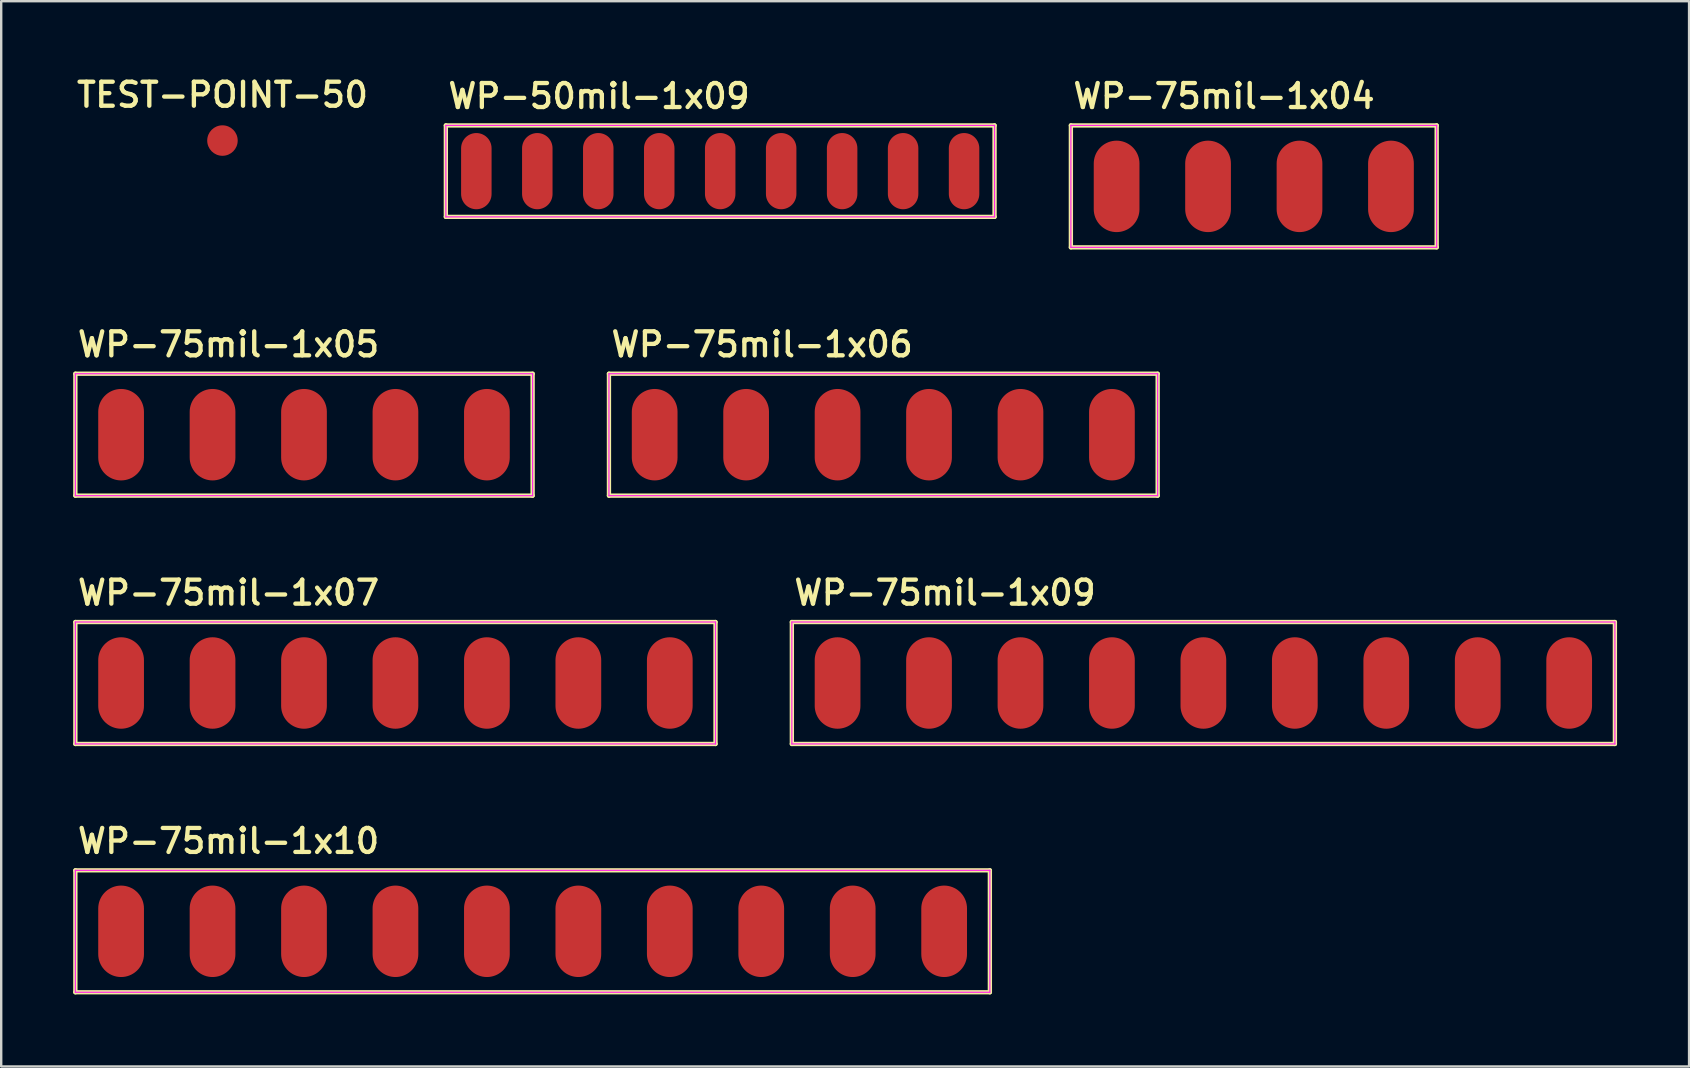
<source format=kicad_pcb>
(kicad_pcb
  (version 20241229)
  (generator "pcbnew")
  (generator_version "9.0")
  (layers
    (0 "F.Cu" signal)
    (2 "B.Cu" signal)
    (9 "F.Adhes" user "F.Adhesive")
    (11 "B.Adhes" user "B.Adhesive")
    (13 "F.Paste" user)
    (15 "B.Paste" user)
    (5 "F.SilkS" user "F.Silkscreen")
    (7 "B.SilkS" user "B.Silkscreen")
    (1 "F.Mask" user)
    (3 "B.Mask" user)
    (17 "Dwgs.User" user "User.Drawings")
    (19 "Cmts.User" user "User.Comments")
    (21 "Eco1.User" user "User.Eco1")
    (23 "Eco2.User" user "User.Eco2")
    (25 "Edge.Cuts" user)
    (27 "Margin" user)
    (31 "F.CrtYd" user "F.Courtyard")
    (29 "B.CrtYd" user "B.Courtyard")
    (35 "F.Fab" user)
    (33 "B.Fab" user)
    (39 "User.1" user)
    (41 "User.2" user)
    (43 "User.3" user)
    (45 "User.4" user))
  (footprint "WP-50mil-1x09"
    (layer "F.Cu")
    (at 26.955 4.08)
    (property "Reference" "WP-50mil-1x09" (at -11.43 -2.54 0) (layer "F.SilkS") (effects (font (size 1 1) (thickness 0.18)) (justify left bottom)))
    (attr exclude_from_pos_files exclude_from_bom)
    (fp_line (start -11.43 -1.905) (end 11.43 -1.905) (stroke (width 0.18) (type solid)) (layer "F.SilkS"))
    (fp_line (start -11.43 1.905) (end -11.43 -1.905) (stroke (width 0.18) (type solid)) (layer "F.SilkS"))
    (fp_line (start 11.43 -1.905) (end 11.43 1.905) (stroke (width 0.18) (type solid)) (layer "F.SilkS"))
    (fp_line (start 11.43 1.905) (end -11.43 1.905) (stroke (width 0.18) (type solid)) (layer "F.SilkS"))
    (fp_line (start -11.43 -1.905) (end 11.43 -1.905) (stroke (width 0.05) (type solid)) (layer "F.CrtYd"))
    (fp_line (start -11.43 1.905) (end -11.43 -1.905) (stroke (width 0.05) (type solid)) (layer "F.CrtYd"))
    (fp_line (start 11.43 -1.905) (end 11.43 1.905) (stroke (width 0.05) (type solid)) (layer "F.CrtYd"))
    (fp_line (start 11.43 1.905) (end -11.43 1.905) (stroke (width 0.05) (type solid)) (layer "F.CrtYd"))
    (pad "1" smd oval (at -10.16 0) (size 1.27 3.175) (layers "F.Cu" "F.Mask" "F.Paste"))
    (pad "2" smd oval (at -7.62 0) (size 1.27 3.175) (layers "F.Cu" "F.Mask" "F.Paste"))
    (pad "3" smd oval (at -5.08 0) (size 1.27 3.175) (layers "F.Cu" "F.Mask" "F.Paste"))
    (pad "4" smd oval (at -2.54 0) (size 1.27 3.175) (layers "F.Cu" "F.Mask" "F.Paste"))
    (pad "5" smd oval (at 0 0) (size 1.27 3.175) (layers "F.Cu" "F.Mask" "F.Paste"))
    (pad "6" smd oval (at 2.54 0) (size 1.27 3.175) (layers "F.Cu" "F.Mask" "F.Paste"))
    (pad "7" smd oval (at 5.08 0) (size 1.27 3.175) (layers "F.Cu" "F.Mask" "F.Paste"))
    (pad "8" smd oval (at 7.62 0) (size 1.27 3.175) (layers "F.Cu" "F.Mask" "F.Paste"))
    (pad "9" smd oval (at 10.16 0) (size 1.27 3.175) (layers "F.Cu" "F.Mask" "F.Paste")))
  (footprint "WP-75mil-1x10"
    (layer "F.Cu")
    (at 19.14 35.75)
    (property "Reference" "WP-75mil-1x10" (at -19.05 -3.175 0) (layer "F.SilkS") (effects (font (size 1 1) (thickness 0.18)) (justify left bottom)))
    (attr exclude_from_pos_files exclude_from_bom)
    (fp_line (start -19.05 -2.54) (end 19.05 -2.54) (stroke (width 0.18) (type solid)) (layer "F.SilkS"))
    (fp_line (start -19.05 2.54) (end -19.05 -2.54) (stroke (width 0.18) (type solid)) (layer "F.SilkS"))
    (fp_line (start 19.05 -2.54) (end 19.05 2.54) (stroke (width 0.18) (type solid)) (layer "F.SilkS"))
    (fp_line (start 19.05 2.54) (end -19.05 2.54) (stroke (width 0.18) (type solid)) (layer "F.SilkS"))
    (fp_line (start -19.05 -2.54) (end 19.05 -2.54) (stroke (width 0.05) (type solid)) (layer "F.CrtYd"))
    (fp_line (start -19.05 2.54) (end -19.05 -2.54) (stroke (width 0.05) (type solid)) (layer "F.CrtYd"))
    (fp_line (start 19.05 -2.54) (end 19.05 2.54) (stroke (width 0.05) (type solid)) (layer "F.CrtYd"))
    (fp_line (start 19.05 2.54) (end -19.05 2.54) (stroke (width 0.05) (type solid)) (layer "F.CrtYd"))
    (pad "1" smd oval (at -17.145 0) (size 1.905 3.81) (layers "F.Cu" "F.Mask" "F.Paste"))
    (pad "2" smd oval (at -13.335 0) (size 1.905 3.81) (layers "F.Cu" "F.Mask" "F.Paste"))
    (pad "3" smd oval (at -9.525 0) (size 1.905 3.81) (layers "F.Cu" "F.Mask" "F.Paste"))
    (pad "4" smd oval (at -5.715 0) (size 1.905 3.81) (layers "F.Cu" "F.Mask" "F.Paste"))
    (pad "5" smd oval (at -1.905 0) (size 1.905 3.81) (layers "F.Cu" "F.Mask" "F.Paste"))
    (pad "6" smd oval (at 1.905 0) (size 1.905 3.81) (layers "F.Cu" "F.Mask" "F.Paste"))
    (pad "7" smd oval (at 5.715 0) (size 1.905 3.81) (layers "F.Cu" "F.Mask" "F.Paste"))
    (pad "8" smd oval (at 9.525 0) (size 1.905 3.81) (layers "F.Cu" "F.Mask" "F.Paste"))
    (pad "9" smd oval (at 13.335 0) (size 1.905 3.81) (layers "F.Cu" "F.Mask" "F.Paste"))
    (pad "10" smd oval (at 17.145 0) (size 1.905 3.81) (layers "F.Cu" "F.Mask" "F.Paste")))
  (footprint "WP-75mil-1x07"
    (layer "F.Cu")
    (at 13.425 25.405)
    (property "Reference" "WP-75mil-1x07" (at -13.335 -3.175 0) (layer "F.SilkS") (effects (font (size 1 1) (thickness 0.18)) (justify left bottom)))
    (attr exclude_from_pos_files exclude_from_bom)
    (fp_line (start -13.335 -2.54) (end 13.335 -2.54) (stroke (width 0.18) (type solid)) (layer "F.SilkS"))
    (fp_line (start -13.335 2.54) (end -13.335 -2.54) (stroke (width 0.18) (type solid)) (layer "F.SilkS"))
    (fp_line (start 13.335 -2.54) (end 13.335 2.54) (stroke (width 0.18) (type solid)) (layer "F.SilkS"))
    (fp_line (start 13.335 2.54) (end -13.335 2.54) (stroke (width 0.18) (type solid)) (layer "F.SilkS"))
    (fp_line (start -13.335 -2.54) (end 13.335 -2.54) (stroke (width 0.05) (type solid)) (layer "F.CrtYd"))
    (fp_line (start -13.335 2.54) (end -13.335 -2.54) (stroke (width 0.05) (type solid)) (layer "F.CrtYd"))
    (fp_line (start 13.335 -2.54) (end 13.335 2.54) (stroke (width 0.05) (type solid)) (layer "F.CrtYd"))
    (fp_line (start 13.335 2.54) (end -13.335 2.54) (stroke (width 0.05) (type solid)) (layer "F.CrtYd"))
    (pad "1" smd oval (at -11.43 0) (size 1.905 3.81) (layers "F.Cu" "F.Mask" "F.Paste"))
    (pad "2" smd oval (at -7.62 0) (size 1.905 3.81) (layers "F.Cu" "F.Mask" "F.Paste"))
    (pad "3" smd oval (at -3.81 0) (size 1.905 3.81) (layers "F.Cu" "F.Mask" "F.Paste"))
    (pad "4" smd oval (at 0 0) (size 1.905 3.81) (layers "F.Cu" "F.Mask" "F.Paste"))
    (pad "5" smd oval (at 3.81 0) (size 1.905 3.81) (layers "F.Cu" "F.Mask" "F.Paste"))
    (pad "6" smd oval (at 7.62 0) (size 1.905 3.81) (layers "F.Cu" "F.Mask" "F.Paste"))
    (pad "7" smd oval (at 11.43 0) (size 1.905 3.81) (layers "F.Cu" "F.Mask" "F.Paste")))
  (footprint "WP-75mil-1x04"
    (layer "F.Cu")
    (at 49.185 4.715)
    (property "Reference" "WP-75mil-1x04" (at -7.62 -3.175 0) (layer "F.SilkS") (effects (font (size 1 1) (thickness 0.18)) (justify left bottom)))
    (attr exclude_from_pos_files exclude_from_bom)
    (fp_line (start -7.62 -2.54) (end 7.62 -2.54) (stroke (width 0.18) (type solid)) (layer "F.SilkS"))
    (fp_line (start -7.62 2.54) (end -7.62 -2.54) (stroke (width 0.18) (type solid)) (layer "F.SilkS"))
    (fp_line (start 7.62 -2.54) (end 7.62 2.54) (stroke (width 0.18) (type solid)) (layer "F.SilkS"))
    (fp_line (start 7.62 2.54) (end -7.62 2.54) (stroke (width 0.18) (type solid)) (layer "F.SilkS"))
    (fp_line (start -7.62 -2.54) (end 7.62 -2.54) (stroke (width 0.05) (type solid)) (layer "F.CrtYd"))
    (fp_line (start -7.62 2.54) (end -7.62 -2.54) (stroke (width 0.05) (type solid)) (layer "F.CrtYd"))
    (fp_line (start 7.62 -2.54) (end 7.62 2.54) (stroke (width 0.05) (type solid)) (layer "F.CrtYd"))
    (fp_line (start 7.62 2.54) (end -7.62 2.54) (stroke (width 0.05) (type solid)) (layer "F.CrtYd"))
    (pad "1" smd oval (at -5.715 0) (size 1.905 3.81) (layers "F.Cu" "F.Mask" "F.Paste"))
    (pad "2" smd oval (at -1.905 0) (size 1.905 3.81) (layers "F.Cu" "F.Mask" "F.Paste"))
    (pad "3" smd oval (at 1.905 0) (size 1.905 3.81) (layers "F.Cu" "F.Mask" "F.Paste"))
    (pad "4" smd oval (at 5.715 0) (size 1.905 3.81) (layers "F.Cu" "F.Mask" "F.Paste")))
  (footprint "WP-75mil-1x06"
    (layer "F.Cu")
    (at 33.75 15.06)
    (property "Reference" "WP-75mil-1x06" (at -11.43 -3.175 0) (layer "F.SilkS") (effects (font (size 1 1) (thickness 0.18)) (justify left bottom)))
    (attr exclude_from_pos_files exclude_from_bom)
    (fp_line (start -11.43 -2.54) (end 11.43 -2.54) (stroke (width 0.18) (type solid)) (layer "F.SilkS"))
    (fp_line (start -11.43 2.54) (end -11.43 -2.54) (stroke (width 0.18) (type solid)) (layer "F.SilkS"))
    (fp_line (start 11.43 -2.54) (end 11.43 2.54) (stroke (width 0.18) (type solid)) (layer "F.SilkS"))
    (fp_line (start 11.43 2.54) (end -11.43 2.54) (stroke (width 0.18) (type solid)) (layer "F.SilkS"))
    (fp_line (start -11.43 -2.54) (end 11.43 -2.54) (stroke (width 0.05) (type solid)) (layer "F.CrtYd"))
    (fp_line (start -11.43 2.54) (end -11.43 -2.54) (stroke (width 0.05) (type solid)) (layer "F.CrtYd"))
    (fp_line (start 11.43 -2.54) (end 11.43 2.54) (stroke (width 0.05) (type solid)) (layer "F.CrtYd"))
    (fp_line (start 11.43 2.54) (end -11.43 2.54) (stroke (width 0.05) (type solid)) (layer "F.CrtYd"))
    (pad "1" smd oval (at -9.525 0) (size 1.905 3.81) (layers "F.Cu" "F.Mask" "F.Paste"))
    (pad "2" smd oval (at -5.715 0) (size 1.905 3.81) (layers "F.Cu" "F.Mask" "F.Paste"))
    (pad "3" smd oval (at -1.905 0) (size 1.905 3.81) (layers "F.Cu" "F.Mask" "F.Paste"))
    (pad "4" smd oval (at 1.905 0) (size 1.905 3.81) (layers "F.Cu" "F.Mask" "F.Paste"))
    (pad "5" smd oval (at 5.715 0) (size 1.905 3.81) (layers "F.Cu" "F.Mask" "F.Paste"))
    (pad "6" smd oval (at 9.525 0) (size 1.905 3.81) (layers "F.Cu" "F.Mask" "F.Paste")))
  (footprint "WP-75mil-1x09"
    (layer "F.Cu")
    (at 47.085 25.405)
    (property "Reference" "WP-75mil-1x09" (at -17.145 -3.175 0) (layer "F.SilkS") (effects (font (size 1 1) (thickness 0.18)) (justify left bottom)))
    (attr exclude_from_pos_files exclude_from_bom)
    (fp_line (start -17.145 -2.54) (end 17.145 -2.54) (stroke (width 0.18) (type solid)) (layer "F.SilkS"))
    (fp_line (start -17.145 2.54) (end -17.145 -2.54) (stroke (width 0.18) (type solid)) (layer "F.SilkS"))
    (fp_line (start 17.145 -2.54) (end 17.145 2.54) (stroke (width 0.18) (type solid)) (layer "F.SilkS"))
    (fp_line (start 17.145 2.54) (end -17.145 2.54) (stroke (width 0.18) (type solid)) (layer "F.SilkS"))
    (fp_line (start -17.145 -2.54) (end 17.145 -2.54) (stroke (width 0.05) (type solid)) (layer "F.CrtYd"))
    (fp_line (start -17.145 2.54) (end -17.145 -2.54) (stroke (width 0.05) (type solid)) (layer "F.CrtYd"))
    (fp_line (start 17.145 -2.54) (end 17.145 2.54) (stroke (width 0.05) (type solid)) (layer "F.CrtYd"))
    (fp_line (start 17.145 2.54) (end -17.145 2.54) (stroke (width 0.05) (type solid)) (layer "F.CrtYd"))
    (pad "1" smd oval (at -15.24 0) (size 1.905 3.81) (layers "F.Cu" "F.Mask" "F.Paste"))
    (pad "2" smd oval (at -11.43 0) (size 1.905 3.81) (layers "F.Cu" "F.Mask" "F.Paste"))
    (pad "3" smd oval (at -7.62 0) (size 1.905 3.81) (layers "F.Cu" "F.Mask" "F.Paste"))
    (pad "4" smd oval (at -3.81 0) (size 1.905 3.81) (layers "F.Cu" "F.Mask" "F.Paste"))
    (pad "5" smd oval (at 0 0) (size 1.905 3.81) (layers "F.Cu" "F.Mask" "F.Paste"))
    (pad "6" smd oval (at 3.81 0) (size 1.905 3.81) (layers "F.Cu" "F.Mask" "F.Paste"))
    (pad "7" smd oval (at 7.62 0) (size 1.905 3.81) (layers "F.Cu" "F.Mask" "F.Paste"))
    (pad "8" smd oval (at 11.43 0) (size 1.905 3.81) (layers "F.Cu" "F.Mask" "F.Paste"))
    (pad "9" smd oval (at 15.24 0) (size 1.905 3.81) (layers "F.Cu" "F.Mask" "F.Paste")))
  (footprint "TEST-POINT-50"
    (layer "F.Cu")
    (at 6.218 2.806)
    (property "Reference" "TEST-POINT-50" (at 0 -1.905 0) (layer "F.SilkS") (effects (font (size 1 1) (thickness 0.18))))
    (attr exclude_from_pos_files exclude_from_bom)
    (pad "1" smd circle (at 0 0) (size 1.27 1.27) (layers "F.Cu" "F.Mask" "F.Paste")))
  (footprint "WP-75mil-1x05"
    (layer "F.Cu")
    (at 9.615 15.06)
    (property "Reference" "WP-75mil-1x05" (at -9.525 -3.175 0) (layer "F.SilkS") (effects (font (size 1 1) (thickness 0.18)) (justify left bottom)))
    (attr exclude_from_pos_files exclude_from_bom)
    (fp_line (start -9.525 -2.54) (end 9.525 -2.54) (stroke (width 0.18) (type solid)) (layer "F.SilkS"))
    (fp_line (start -9.525 2.54) (end -9.525 -2.54) (stroke (width 0.18) (type solid)) (layer "F.SilkS"))
    (fp_line (start 9.525 -2.54) (end 9.525 2.54) (stroke (width 0.18) (type solid)) (layer "F.SilkS"))
    (fp_line (start 9.525 2.54) (end -9.525 2.54) (stroke (width 0.18) (type solid)) (layer "F.SilkS"))
    (fp_line (start -9.525 -2.54) (end 9.525 -2.54) (stroke (width 0.05) (type solid)) (layer "F.CrtYd"))
    (fp_line (start -9.525 2.54) (end -9.525 -2.54) (stroke (width 0.05) (type solid)) (layer "F.CrtYd"))
    (fp_line (start 9.525 -2.54) (end 9.525 2.54) (stroke (width 0.05) (type solid)) (layer "F.CrtYd"))
    (fp_line (start 9.525 2.54) (end -9.525 2.54) (stroke (width 0.05) (type solid)) (layer "F.CrtYd"))
    (pad "1" smd oval (at -7.62 0) (size 1.905 3.81) (layers "F.Cu" "F.Mask" "F.Paste"))
    (pad "2" smd oval (at -3.81 0) (size 1.905 3.81) (layers "F.Cu" "F.Mask" "F.Paste"))
    (pad "3" smd oval (at 0 0) (size 1.905 3.81) (layers "F.Cu" "F.Mask" "F.Paste"))
    (pad "4" smd oval (at 3.81 0) (size 1.905 3.81) (layers "F.Cu" "F.Mask" "F.Paste"))
    (pad "5" smd oval (at 7.62 0) (size 1.905 3.81) (layers "F.Cu" "F.Mask" "F.Paste")))
  (gr_rect
    (start -3 -3)
    (end 67.32 41.38)
    (stroke (width 0.1) (type default))
    (fill no)
    (layer "Edge.Cuts")))
</source>
